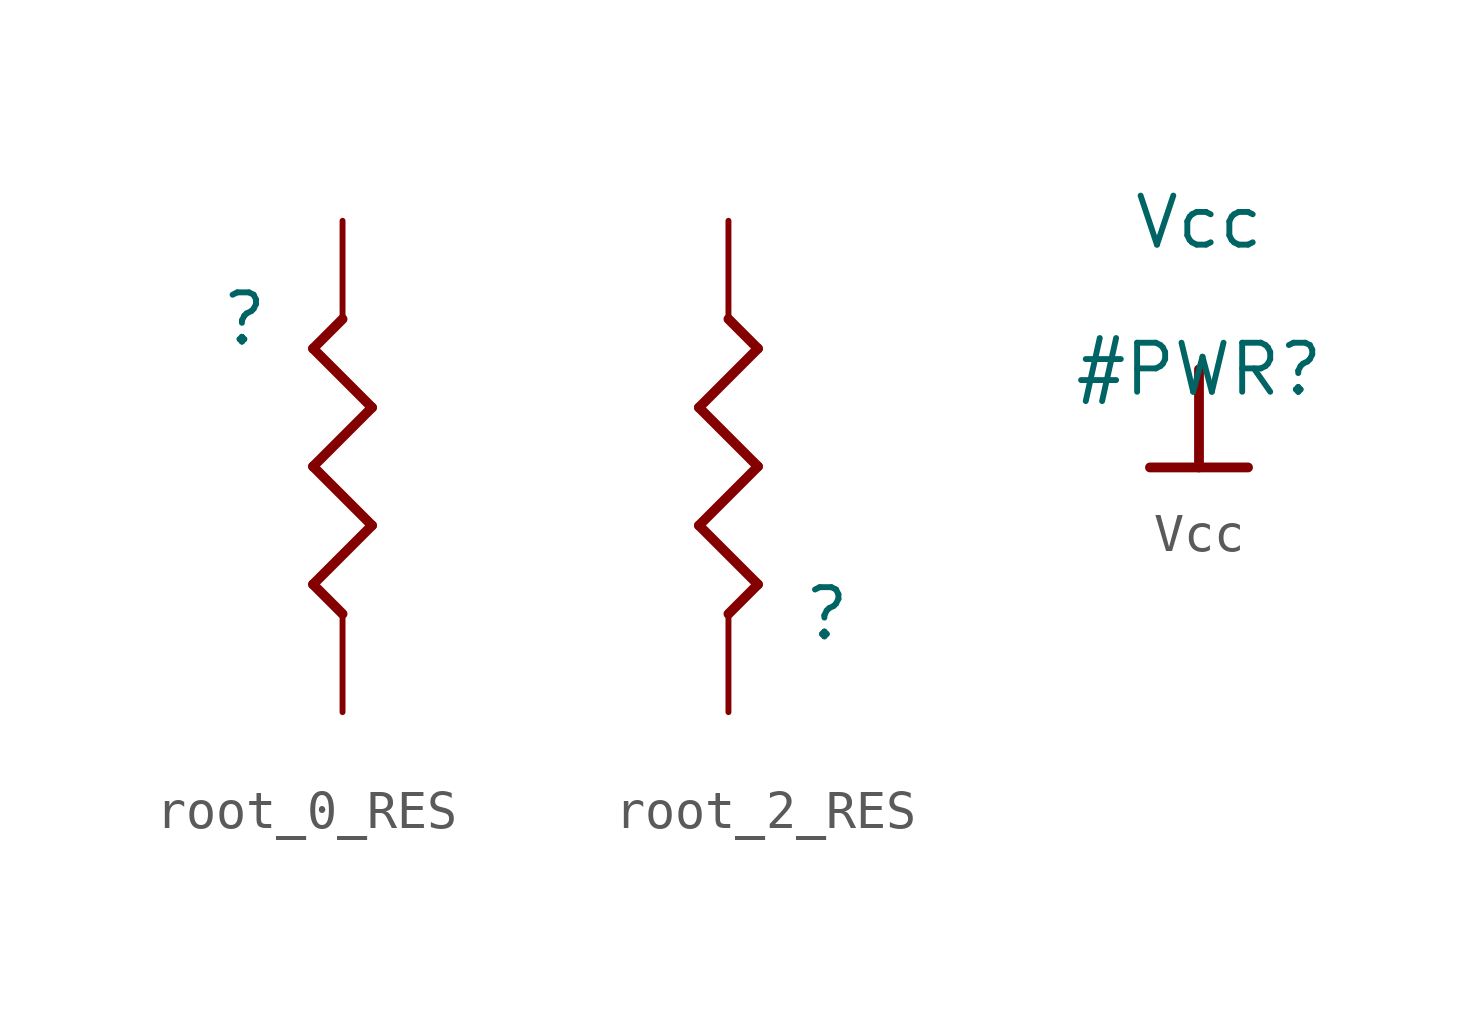
<source format=kicad_sym>
(kicad_symbol_lib
  (version 20220914)
  (generator kicad_symbol_editor)
  (symbol "root_0_RES"
    (property "Reference" ""
      (at 0 0 0)
      (effects (font (size 1.27 1.27))))
    (property "Value" ""
      (at 0 0 0)
      (effects (font (size 1.27 1.27))))
    (symbol "root_0_RES_1_0"
      (polyline (pts (xy 1.778 -6.858) (xy 3.302 -5.334)) (stroke (width 0.254) (type solid)) (fill (type none)))
      (polyline (pts (xy 1.778 -3.81) (xy 3.302 -2.286)) (stroke (width 0.254) (type solid)) (fill (type none)))
      (polyline (pts (xy 1.778 -0.762) (xy 2.54 0)) (stroke (width 0.254) (type solid)) (fill (type none)))
      (polyline (pts (xy 2.54 -7.62) (xy 1.778 -6.858)) (stroke (width 0.254) (type solid)) (fill (type none)))
      (polyline (pts (xy 3.302 -5.334) (xy 1.778 -3.81)) (stroke (width 0.254) (type solid)) (fill (type none)))
      (polyline (pts (xy 3.302 -2.286) (xy 1.778 -0.762)) (stroke (width 0.254) (type solid)) (fill (type none)))
      (pin passive line (at 2.54 2.54 270) (length 2.54) (name "TOP" (effects (font (size 0 0)))) (number "1" (effects (font (size 0 0)))))
      (pin passive line (at 2.54 -10.16 90) (length 2.54) (name "BOT" (effects (font (size 0 0)))) (number "2" (effects (font (size 0 0)))))))
  (symbol "root_2_RES"
    (property "Reference" ""
      (at 0 0 0)
      (effects (font (size 1.27 1.27))))
    (property "Value" ""
      (at 0 0 0)
      (effects (font (size 1.27 1.27))))
    (symbol "root_2_RES_1_0"
      (polyline (pts (xy -3.302 2.286) (xy -1.778 0.762)) (stroke (width 0.254) (type solid)) (fill (type none)))
      (polyline (pts (xy -3.302 5.334) (xy -1.778 3.81)) (stroke (width 0.254) (type solid)) (fill (type none)))
      (polyline (pts (xy -2.54 7.62) (xy -1.778 6.858)) (stroke (width 0.254) (type solid)) (fill (type none)))
      (polyline (pts (xy -1.778 0.762) (xy -2.54 0)) (stroke (width 0.254) (type solid)) (fill (type none)))
      (polyline (pts (xy -1.778 3.81) (xy -3.302 2.286)) (stroke (width 0.254) (type solid)) (fill (type none)))
      (polyline (pts (xy -1.778 6.858) (xy -3.302 5.334)) (stroke (width 0.254) (type solid)) (fill (type none)))
      (pin passive line (at -2.54 -2.54 90) (length 2.54) (name "TOP" (effects (font (size 0 0)))) (number "1" (effects (font (size 0 0)))))
      (pin passive line (at -2.54 10.16 270) (length 2.54) (name "BOT" (effects (font (size 0 0)))) (number "2" (effects (font (size 0 0)))))))
  (symbol "Vcc"
    (power)
    (property "Reference" "#PWR"
      (at 0 0 0)
      (effects (font (size 1.27 1.27))))
    (property "Value" "Vcc"
      (at 0 3.81 0)
      (effects (font (size 1.27 1.27))))
    (symbol "Vcc_0_0"
      (polyline (pts (xy -1.27 -2.54) (xy 1.27 -2.54)) (stroke (width 0.254) (type solid)) (fill (type none)))
      (polyline (pts (xy 0 0) (xy 0 -2.54)) (stroke (width 0.254) (type solid)) (fill (type none)))
      (pin power_in line (at 0 0 0) (length 0) hide (name "Vcc" (effects (font (size 1.27 1.27)))) (number "" (effects (font (size 1.27 1.27))))))))
</source>
